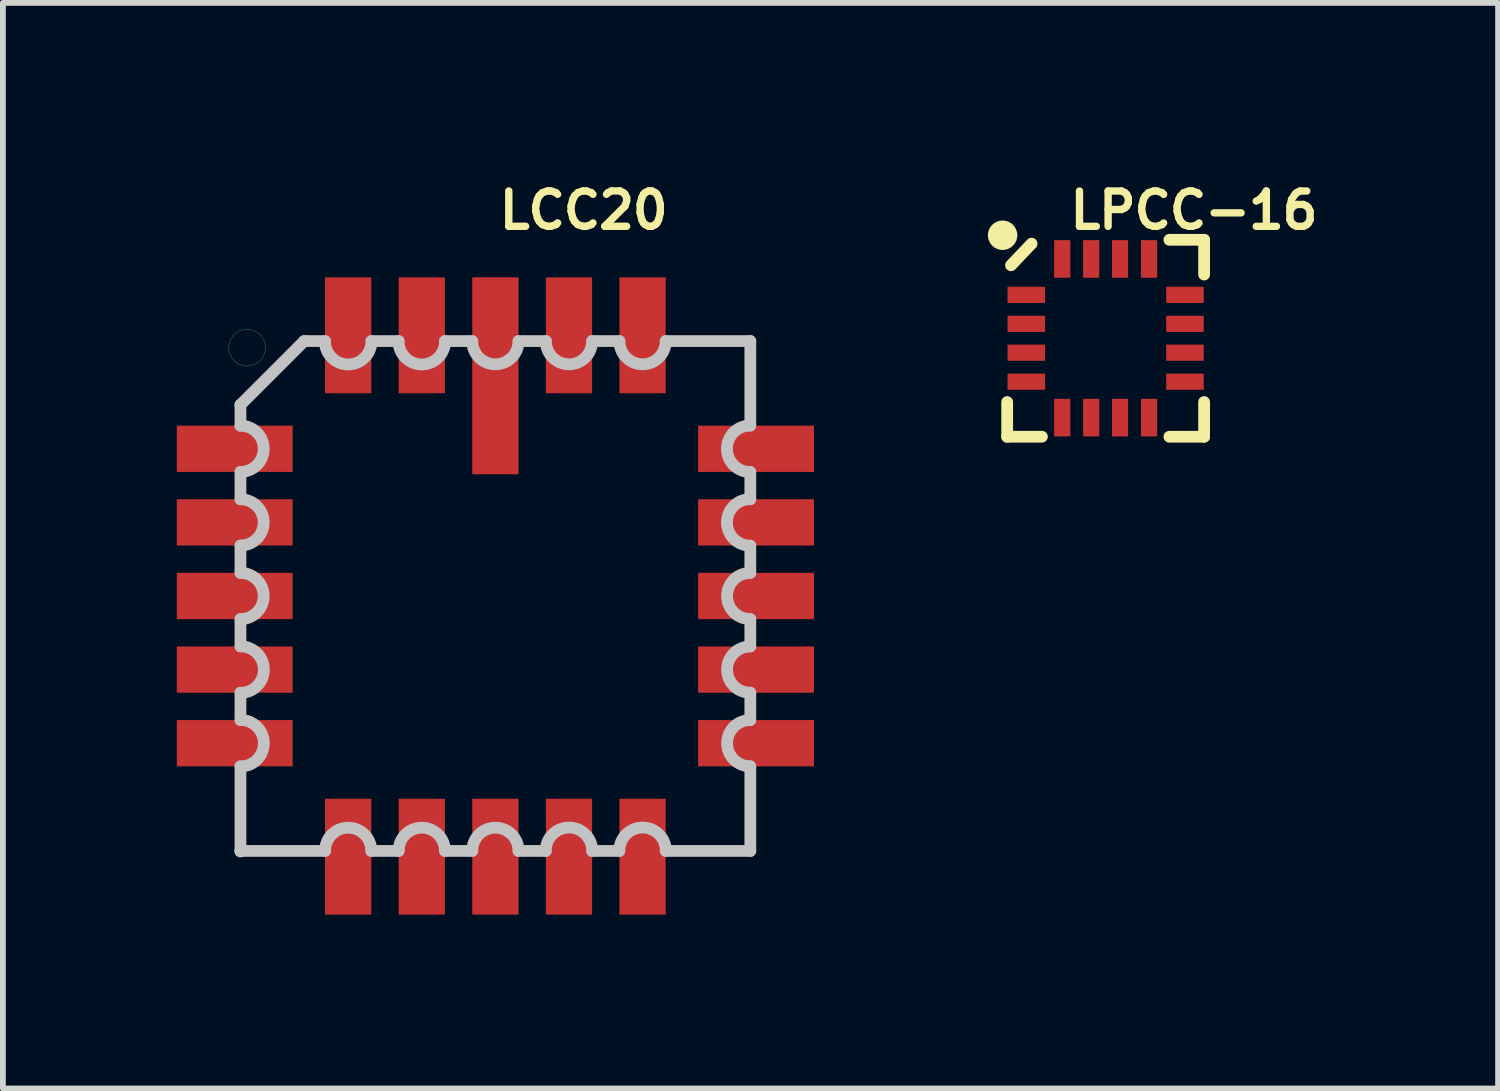
<source format=kicad_pcb>
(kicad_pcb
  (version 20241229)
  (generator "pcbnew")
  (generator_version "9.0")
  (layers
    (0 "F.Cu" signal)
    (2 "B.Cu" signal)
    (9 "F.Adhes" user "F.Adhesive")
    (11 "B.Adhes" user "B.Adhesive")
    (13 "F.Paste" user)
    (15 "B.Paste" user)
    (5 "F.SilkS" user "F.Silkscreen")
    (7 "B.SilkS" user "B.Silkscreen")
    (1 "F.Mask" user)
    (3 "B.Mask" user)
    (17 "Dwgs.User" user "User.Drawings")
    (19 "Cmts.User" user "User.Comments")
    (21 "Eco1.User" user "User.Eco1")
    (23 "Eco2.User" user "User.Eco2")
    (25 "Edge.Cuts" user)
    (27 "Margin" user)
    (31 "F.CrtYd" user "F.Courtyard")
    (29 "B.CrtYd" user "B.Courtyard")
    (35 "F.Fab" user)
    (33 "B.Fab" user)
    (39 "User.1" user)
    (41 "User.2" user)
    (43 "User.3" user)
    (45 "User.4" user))
  (footprint "LPCC-16"
    (layer "F.Cu")
    (at 16.028 2.787)
    (property "Reference" "LPCC-16" (at 1.524 -2.207 0) (layer "F.SilkS") (effects (font (size 0.61 0.61) (thickness 0.127))))
    (attr smd)
    (fp_line (start -1.699 1.699) (end -1.699 1.1) (stroke (width 0.203) (type solid)) (layer "F.SilkS"))
    (fp_line (start -1.699 1.699) (end -1.1 1.699) (stroke (width 0.203) (type solid)) (layer "F.SilkS"))
    (fp_line (start -1.278 -1.633) (end -1.633 -1.26) (stroke (width 0.203) (type solid)) (layer "F.SilkS"))
    (fp_line (start 1.1 1.699) (end 1.699 1.699) (stroke (width 0.203) (type solid)) (layer "F.SilkS"))
    (fp_line (start 1.699 -1.699) (end 1.1 -1.699) (stroke (width 0.203) (type solid)) (layer "F.SilkS"))
    (fp_line (start 1.699 -1.1) (end 1.699 -1.699) (stroke (width 0.203) (type solid)) (layer "F.SilkS"))
    (fp_line (start 1.699 1.699) (end 1.699 1.1) (stroke (width 0.203) (type solid)) (layer "F.SilkS"))
    (fp_circle (center -1.778 -1.778) (end -1.778 -2.032) (stroke (width 0) (type solid)) (fill yes) (layer "F.SilkS"))
    (pad "1" smd rect (at -1.369 -0.749) (size 0.648 0.279) (layers "F.Cu" "F.Mask" "F.Paste"))
    (pad "2" smd rect (at -1.369 -0.249) (size 0.648 0.279) (layers "F.Cu" "F.Mask" "F.Paste"))
    (pad "3" smd rect (at -1.369 0.249) (size 0.648 0.279) (layers "F.Cu" "F.Mask" "F.Paste"))
    (pad "4" smd rect (at -1.369 0.749) (size 0.648 0.279) (layers "F.Cu" "F.Mask" "F.Paste"))
    (pad "5" smd rect (at -0.749 1.369 270) (size 0.648 0.279) (layers "F.Cu" "F.Mask" "F.Paste"))
    (pad "6" smd rect (at -0.249 1.369 90) (size 0.648 0.279) (layers "F.Cu" "F.Mask" "F.Paste"))
    (pad "7" smd rect (at 0.249 1.369 90) (size 0.648 0.279) (layers "F.Cu" "F.Mask" "F.Paste"))
    (pad "8" smd rect (at 0.749 1.369 90) (size 0.648 0.279) (layers "F.Cu" "F.Mask" "F.Paste"))
    (pad "9" smd rect (at 1.369 0.749) (size 0.648 0.279) (layers "F.Cu" "F.Mask" "F.Paste"))
    (pad "10" smd rect (at 1.369 0.249) (size 0.648 0.279) (layers "F.Cu" "F.Mask" "F.Paste"))
    (pad "11" smd rect (at 1.369 -0.249) (size 0.648 0.279) (layers "F.Cu" "F.Mask" "F.Paste"))
    (pad "12" smd rect (at 1.369 -0.749) (size 0.648 0.279) (layers "F.Cu" "F.Mask" "F.Paste"))
    (pad "13" smd rect (at 0.749 -1.369 90) (size 0.648 0.279) (layers "F.Cu" "F.Mask" "F.Paste"))
    (pad "14" smd rect (at 0.249 -1.369 90) (size 0.648 0.279) (layers "F.Cu" "F.Mask" "F.Paste"))
    (pad "15" smd rect (at -0.249 -1.369 90) (size 0.648 0.279) (layers "F.Cu" "F.Mask" "F.Paste"))
    (pad "16" smd rect (at -0.749 -1.369 90) (size 0.648 0.279) (layers "F.Cu" "F.Mask" "F.Paste")))
  (footprint "LCC20"
    (layer "F.Cu")
    (at 5.498 7.234)
    (property "Reference" "LCC20" (at 1.524 -6.655 0) (layer "F.SilkS") (effects (font (size 0.61 0.61) (thickness 0.127))))
    (attr smd)
    (fp_line (start -4.602 -4.285) (end -4.595 -4.214) (stroke (width 0.003) (type solid)) (layer "F.SilkS"))
    (fp_line (start -4.595 -4.356) (end -4.602 -4.285) (stroke (width 0.003) (type solid)) (layer "F.SilkS"))
    (fp_line (start -4.595 -4.214) (end -4.572 -4.148) (stroke (width 0.003) (type solid)) (layer "F.SilkS"))
    (fp_line (start -4.572 -4.422) (end -4.595 -4.356) (stroke (width 0.003) (type solid)) (layer "F.SilkS"))
    (fp_line (start -4.572 -4.148) (end -4.534 -4.087) (stroke (width 0.003) (type solid)) (layer "F.SilkS"))
    (fp_line (start -4.534 -4.483) (end -4.572 -4.422) (stroke (width 0.003) (type solid)) (layer "F.SilkS"))
    (fp_line (start -4.534 -4.087) (end -4.483 -4.036) (stroke (width 0.003) (type solid)) (layer "F.SilkS"))
    (fp_line (start -4.483 -4.534) (end -4.534 -4.483) (stroke (width 0.003) (type solid)) (layer "F.SilkS"))
    (fp_line (start -4.483 -4.036) (end -4.422 -3.998) (stroke (width 0.003) (type solid)) (layer "F.SilkS"))
    (fp_line (start -4.422 -4.572) (end -4.483 -4.534) (stroke (width 0.003) (type solid)) (layer "F.SilkS"))
    (fp_line (start -4.422 -3.998) (end -4.356 -3.975) (stroke (width 0.003) (type solid)) (layer "F.SilkS"))
    (fp_line (start -4.356 -4.595) (end -4.422 -4.572) (stroke (width 0.003) (type solid)) (layer "F.SilkS"))
    (fp_line (start -4.356 -3.975) (end -4.285 -3.967) (stroke (width 0.003) (type solid)) (layer "F.SilkS"))
    (fp_line (start -4.285 -4.602) (end -4.356 -4.595) (stroke (width 0.003) (type solid)) (layer "F.SilkS"))
    (fp_line (start -4.285 -3.967) (end -4.214 -3.975) (stroke (width 0.003) (type solid)) (layer "F.SilkS"))
    (fp_line (start -4.214 -4.595) (end -4.285 -4.602) (stroke (width 0.003) (type solid)) (layer "F.SilkS"))
    (fp_line (start -4.214 -3.975) (end -4.148 -3.998) (stroke (width 0.003) (type solid)) (layer "F.SilkS"))
    (fp_line (start -4.148 -4.572) (end -4.214 -4.595) (stroke (width 0.003) (type solid)) (layer "F.SilkS"))
    (fp_line (start -4.148 -3.998) (end -4.087 -4.036) (stroke (width 0.003) (type solid)) (layer "F.SilkS"))
    (fp_line (start -4.087 -4.534) (end -4.148 -4.572) (stroke (width 0.003) (type solid)) (layer "F.SilkS"))
    (fp_line (start -4.087 -4.036) (end -4.036 -4.087) (stroke (width 0.003) (type solid)) (layer "F.SilkS"))
    (fp_line (start -4.036 -4.483) (end -4.087 -4.534) (stroke (width 0.003) (type solid)) (layer "F.SilkS"))
    (fp_line (start -4.036 -4.087) (end -3.998 -4.148) (stroke (width 0.003) (type solid)) (layer "F.SilkS"))
    (fp_line (start -3.998 -4.422) (end -4.036 -4.483) (stroke (width 0.003) (type solid)) (layer "F.SilkS"))
    (fp_line (start -3.998 -4.148) (end -3.975 -4.214) (stroke (width 0.003) (type solid)) (layer "F.SilkS"))
    (fp_line (start -3.975 -4.356) (end -3.998 -4.422) (stroke (width 0.003) (type solid)) (layer "F.SilkS"))
    (fp_line (start -3.975 -4.214) (end -3.967 -4.285) (stroke (width 0.003) (type solid)) (layer "F.SilkS"))
    (fp_line (start -3.967 -4.285) (end -3.975 -4.356) (stroke (width 0.003) (type solid)) (layer "F.SilkS"))
    (fp_line (start -4.399 -3.299) (end -4.399 -2.939) (stroke (width 0.203) (type solid)) (layer "Dwgs.User"))
    (fp_line (start -4.399 -2.139) (end -4.399 -1.669) (stroke (width 0.203) (type solid)) (layer "Dwgs.User"))
    (fp_line (start -4.399 -0.869) (end -4.399 -0.399) (stroke (width 0.203) (type solid)) (layer "Dwgs.User"))
    (fp_line (start -4.399 0.399) (end -4.399 0.869) (stroke (width 0.203) (type solid)) (layer "Dwgs.User"))
    (fp_line (start -4.399 1.669) (end -4.399 2.139) (stroke (width 0.203) (type solid)) (layer "Dwgs.User"))
    (fp_line (start -4.399 2.939) (end -4.399 4.399) (stroke (width 0.203) (type solid)) (layer "Dwgs.User"))
    (fp_line (start -4.399 4.399) (end -4.399 4.409) (stroke (width 0.203) (type solid)) (layer "Dwgs.User"))
    (fp_line (start -4.399 4.399) (end -2.939 4.399) (stroke (width 0.203) (type solid)) (layer "Dwgs.User"))
    (fp_line (start -3.299 -4.399) (end -4.399 -3.299) (stroke (width 0.203) (type solid)) (layer "Dwgs.User"))
    (fp_line (start -2.939 -4.399) (end -3.299 -4.399) (stroke (width 0.203) (type solid)) (layer "Dwgs.User"))
    (fp_line (start -2.139 4.399) (end -1.669 4.399) (stroke (width 0.203) (type solid)) (layer "Dwgs.User"))
    (fp_line (start -1.669 -4.399) (end -2.139 -4.399) (stroke (width 0.203) (type solid)) (layer "Dwgs.User"))
    (fp_line (start -0.869 4.399) (end -0.399 4.399) (stroke (width 0.203) (type solid)) (layer "Dwgs.User"))
    (fp_line (start -0.399 -4.399) (end -0.869 -4.399) (stroke (width 0.203) (type solid)) (layer "Dwgs.User"))
    (fp_line (start 0.399 4.399) (end 0.869 4.399) (stroke (width 0.203) (type solid)) (layer "Dwgs.User"))
    (fp_line (start 0.869 -4.399) (end 0.399 -4.399) (stroke (width 0.203) (type solid)) (layer "Dwgs.User"))
    (fp_line (start 1.669 4.399) (end 2.139 4.399) (stroke (width 0.203) (type solid)) (layer "Dwgs.User"))
    (fp_line (start 2.139 -4.399) (end 1.669 -4.399) (stroke (width 0.203) (type solid)) (layer "Dwgs.User"))
    (fp_line (start 2.939 4.399) (end 4.399 4.399) (stroke (width 0.203) (type solid)) (layer "Dwgs.User"))
    (fp_line (start 4.399 -4.399) (end 2.939 -4.399) (stroke (width 0.203) (type solid)) (layer "Dwgs.User"))
    (fp_line (start 4.399 -2.939) (end 4.399 -4.399) (stroke (width 0.203) (type solid)) (layer "Dwgs.User"))
    (fp_line (start 4.399 -1.669) (end 4.399 -2.139) (stroke (width 0.203) (type solid)) (layer "Dwgs.User"))
    (fp_line (start 4.399 -0.399) (end 4.399 -0.869) (stroke (width 0.203) (type solid)) (layer "Dwgs.User"))
    (fp_line (start 4.399 0.869) (end 4.399 0.399) (stroke (width 0.203) (type solid)) (layer "Dwgs.User"))
    (fp_line (start 4.399 2.139) (end 4.399 1.669) (stroke (width 0.203) (type solid)) (layer "Dwgs.User"))
    (fp_line (start 4.399 4.399) (end 4.399 2.939) (stroke (width 0.203) (type solid)) (layer "Dwgs.User"))
    (fp_arc (start -4.39674 -2.93878) (mid -3.99796 -2.54) (end -4.39674 -2.14122) (stroke (width 0.2032) (type solid)) (layer "Dwgs.User"))
    (fp_arc (start -4.39674 -1.66878) (mid -3.99796 -1.27) (end -4.39674 -0.87122) (stroke (width 0.2032) (type solid)) (layer "Dwgs.User"))
    (fp_arc (start -4.39674 -0.39878) (mid -3.99796 0) (end -4.39674 0.39878) (stroke (width 0.2032) (type solid)) (layer "Dwgs.User"))
    (fp_arc (start -4.39674 0.86868) (mid -3.99542 1.27) (end -4.39674 1.67132) (stroke (width 0.2032) (type solid)) (layer "Dwgs.User"))
    (fp_arc (start -4.39674 2.13868) (mid -3.99542 2.54) (end -4.39674 2.94132) (stroke (width 0.2032) (type solid)) (layer "Dwgs.User"))
    (fp_arc (start -2.93878 4.39674) (mid -2.54 3.99796) (end -2.14122 4.39674) (stroke (width 0.2032) (type solid)) (layer "Dwgs.User"))
    (fp_arc (start -2.13868 -4.39674) (mid -2.54 -3.99542) (end -2.94132 -4.39674) (stroke (width 0.2032) (type solid)) (layer "Dwgs.User"))
    (fp_arc (start -1.66878 4.39674) (mid -1.27 3.99796) (end -0.87122 4.39674) (stroke (width 0.2032) (type solid)) (layer "Dwgs.User"))
    (fp_arc (start -0.86868 -4.39674) (mid -1.27 -3.99542) (end -1.67132 -4.39674) (stroke (width 0.2032) (type solid)) (layer "Dwgs.User"))
    (fp_arc (start -0.39878 4.39674) (mid 0 3.99796) (end 0.39878 4.39674) (stroke (width 0.2032) (type solid)) (layer "Dwgs.User"))
    (fp_arc (start 0.39878 -4.39674) (mid 0 -3.99796) (end -0.39878 -4.39674) (stroke (width 0.2032) (type solid)) (layer "Dwgs.User"))
    (fp_arc (start 0.86868 4.39674) (mid 1.27 3.99542) (end 1.67132 4.39674) (stroke (width 0.2032) (type solid)) (layer "Dwgs.User"))
    (fp_arc (start 1.66878 -4.39674) (mid 1.27 -3.99796) (end 0.87122 -4.39674) (stroke (width 0.2032) (type solid)) (layer "Dwgs.User"))
    (fp_arc (start 2.13868 4.39674) (mid 2.54 3.99542) (end 2.94132 4.39674) (stroke (width 0.2032) (type solid)) (layer "Dwgs.User"))
    (fp_arc (start 2.93878 -4.39674) (mid 2.54 -3.99796) (end 2.14122 -4.39674) (stroke (width 0.2032) (type solid)) (layer "Dwgs.User"))
    (fp_arc (start 4.39674 -2.13868) (mid 3.99542 -2.54) (end 4.39674 -2.94132) (stroke (width 0.2032) (type solid)) (layer "Dwgs.User"))
    (fp_arc (start 4.39674 -0.86868) (mid 3.99542 -1.27) (end 4.39674 -1.67132) (stroke (width 0.2032) (type solid)) (layer "Dwgs.User"))
    (fp_arc (start 4.39674 0.39878) (mid 3.99796 0) (end 4.39674 -0.39878) (stroke (width 0.2032) (type solid)) (layer "Dwgs.User"))
    (fp_arc (start 4.39674 1.66878) (mid 3.99796 1.27) (end 4.39674 0.87122) (stroke (width 0.2032) (type solid)) (layer "Dwgs.User"))
    (fp_arc (start 4.39674 2.93878) (mid 3.99796 2.54) (end 4.39674 2.14122) (stroke (width 0.2032) (type solid)) (layer "Dwgs.User"))
    (pad "1" smd rect (at 0 -3.8) (size 0.798 3.399) (layers "F.Cu" "F.Mask" "F.Paste"))
    (pad "2" smd rect (at -1.27 -4.498) (size 0.798 1.999) (layers "F.Cu" "F.Mask" "F.Paste"))
    (pad "3" smd rect (at -2.54 -4.498) (size 0.798 1.999) (layers "F.Cu" "F.Mask" "F.Paste"))
    (pad "4" smd rect (at -4.498 -2.54) (size 1.999 0.798) (layers "F.Cu" "F.Mask" "F.Paste"))
    (pad "5" smd rect (at -4.498 -1.27) (size 1.999 0.798) (layers "F.Cu" "F.Mask" "F.Paste"))
    (pad "6" smd rect (at -4.498 0) (size 1.999 0.798) (layers "F.Cu" "F.Mask" "F.Paste"))
    (pad "7" smd rect (at -4.498 1.27) (size 1.999 0.798) (layers "F.Cu" "F.Mask" "F.Paste"))
    (pad "8" smd rect (at -4.498 2.54) (size 1.999 0.798) (layers "F.Cu" "F.Mask" "F.Paste"))
    (pad "9" smd rect (at -2.54 4.498) (size 0.798 1.999) (layers "F.Cu" "F.Mask" "F.Paste"))
    (pad "10" smd rect (at -1.27 4.498) (size 0.798 1.999) (layers "F.Cu" "F.Mask" "F.Paste"))
    (pad "11" smd rect (at 0 4.498) (size 0.798 1.999) (layers "F.Cu" "F.Mask" "F.Paste"))
    (pad "12" smd rect (at 1.27 4.498) (size 0.798 1.999) (layers "F.Cu" "F.Mask" "F.Paste"))
    (pad "13" smd rect (at 2.54 4.498) (size 0.798 1.999) (layers "F.Cu" "F.Mask" "F.Paste"))
    (pad "14" smd rect (at 4.498 2.54) (size 1.999 0.798) (layers "F.Cu" "F.Mask" "F.Paste"))
    (pad "15" smd rect (at 4.498 1.27) (size 1.999 0.798) (layers "F.Cu" "F.Mask" "F.Paste"))
    (pad "16" smd rect (at 4.498 0) (size 1.999 0.798) (layers "F.Cu" "F.Mask" "F.Paste"))
    (pad "17" smd rect (at 4.498 -1.27) (size 1.999 0.798) (layers "F.Cu" "F.Mask" "F.Paste"))
    (pad "18" smd rect (at 4.498 -2.54) (size 1.999 0.798) (layers "F.Cu" "F.Mask" "F.Paste"))
    (pad "19" smd rect (at 2.54 -4.498) (size 0.798 1.999) (layers "F.Cu" "F.Mask" "F.Paste"))
    (pad "20" smd rect (at 1.27 -4.498) (size 0.798 1.999) (layers "F.Cu" "F.Mask" "F.Paste")))
  (gr_rect
    (start -3 -3)
    (end 22.8 15.732)
    (stroke (width 0.1) (type default))
    (fill no)
    (layer "Edge.Cuts")))
</source>
